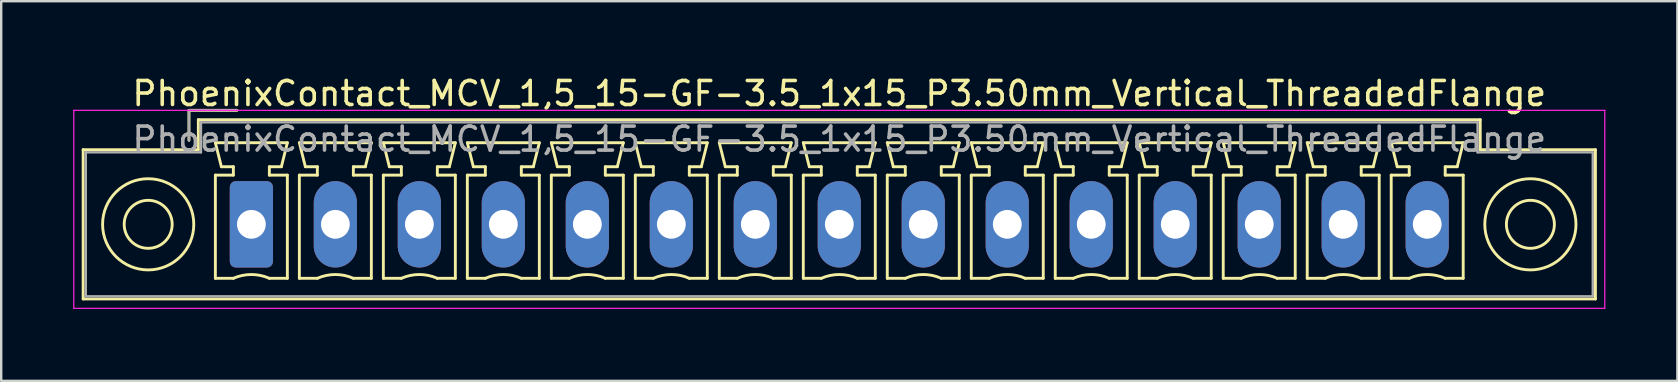
<source format=kicad_pcb>
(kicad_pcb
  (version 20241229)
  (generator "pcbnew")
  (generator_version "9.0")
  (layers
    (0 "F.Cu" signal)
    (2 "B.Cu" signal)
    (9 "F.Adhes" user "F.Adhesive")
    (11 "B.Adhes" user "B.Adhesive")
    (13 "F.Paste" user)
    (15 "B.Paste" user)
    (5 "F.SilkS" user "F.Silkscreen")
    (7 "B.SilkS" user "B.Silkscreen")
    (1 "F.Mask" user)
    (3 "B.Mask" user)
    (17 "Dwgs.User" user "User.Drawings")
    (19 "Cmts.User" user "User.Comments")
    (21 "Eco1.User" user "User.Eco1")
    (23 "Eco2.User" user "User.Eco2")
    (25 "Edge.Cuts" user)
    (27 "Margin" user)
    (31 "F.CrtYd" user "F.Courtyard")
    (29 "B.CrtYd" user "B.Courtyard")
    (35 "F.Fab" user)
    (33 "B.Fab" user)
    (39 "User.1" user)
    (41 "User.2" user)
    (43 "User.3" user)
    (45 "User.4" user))
  (footprint "PhoenixContact_MCV_1,5_15-GF-3.5_1x15_P3.50mm_Vertical_ThreadedFlange"
    (layer "F.Cu")
    (at 7.425 6.298)
    (property "Reference" "PhoenixContact_MCV_1,5_15-GF-3.5_1x15_P3.50mm_Vertical_ThreadedFlange" (at 24.5 -5.45 0) (layer "F.SilkS") (effects (font (size 1 1) (thickness 0.15))))
    (attr through_hole)
    (fp_line (start -7.01 -3.11) (end -7.01 3.11) (stroke (width 0.12) (type solid)) (layer "F.SilkS"))
    (fp_line (start -7.01 3.11) (end 56.01 3.11) (stroke (width 0.12) (type solid)) (layer "F.SilkS"))
    (fp_line (start -2.6 -4.75) (end -0.6 -4.75) (stroke (width 0.12) (type solid)) (layer "F.SilkS"))
    (fp_line (start -2.6 -3.5) (end -2.6 -4.75) (stroke (width 0.12) (type solid)) (layer "F.SilkS"))
    (fp_line (start -2.21 -4.36) (end -2.21 -3.11) (stroke (width 0.12) (type solid)) (layer "F.SilkS"))
    (fp_line (start -2.21 -3.11) (end -7.01 -3.11) (stroke (width 0.12) (type solid)) (layer "F.SilkS"))
    (fp_line (start -1.5 -3.4) (end 1.5 -3.4) (stroke (width 0.12) (type solid)) (layer "F.SilkS"))
    (fp_line (start -1.5 -2.05) (end -0.75 -2.05) (stroke (width 0.12) (type solid)) (layer "F.SilkS"))
    (fp_line (start -1.5 2.25) (end -1.5 -2.05) (stroke (width 0.12) (type solid)) (layer "F.SilkS"))
    (fp_line (start -1.25 -2.4) (end -1.5 -3.4) (stroke (width 0.12) (type solid)) (layer "F.SilkS"))
    (fp_line (start -0.75 -2.4) (end -1.25 -2.4) (stroke (width 0.12) (type solid)) (layer "F.SilkS"))
    (fp_line (start -0.75 -2.05) (end -0.75 -2.4) (stroke (width 0.12) (type solid)) (layer "F.SilkS"))
    (fp_line (start -0.75 2.25) (end -1.5 2.25) (stroke (width 0.12) (type solid)) (layer "F.SilkS"))
    (fp_line (start 0.75 -2.4) (end 0.75 -2.05) (stroke (width 0.12) (type solid)) (layer "F.SilkS"))
    (fp_line (start 0.75 -2.05) (end 1.5 -2.05) (stroke (width 0.12) (type solid)) (layer "F.SilkS"))
    (fp_line (start 1.25 -2.4) (end 0.75 -2.4) (stroke (width 0.12) (type solid)) (layer "F.SilkS"))
    (fp_line (start 1.5 -3.4) (end 1.25 -2.4) (stroke (width 0.12) (type solid)) (layer "F.SilkS"))
    (fp_line (start 1.5 -2.05) (end 1.5 2.25) (stroke (width 0.12) (type solid)) (layer "F.SilkS"))
    (fp_line (start 1.5 2.25) (end 0.75 2.25) (stroke (width 0.12) (type solid)) (layer "F.SilkS"))
    (fp_line (start 2 -3.4) (end 5 -3.4) (stroke (width 0.12) (type solid)) (layer "F.SilkS"))
    (fp_line (start 2 -2.05) (end 2.75 -2.05) (stroke (width 0.12) (type solid)) (layer "F.SilkS"))
    (fp_line (start 2 2.25) (end 2 -2.05) (stroke (width 0.12) (type solid)) (layer "F.SilkS"))
    (fp_line (start 2.25 -2.4) (end 2 -3.4) (stroke (width 0.12) (type solid)) (layer "F.SilkS"))
    (fp_line (start 2.75 -2.4) (end 2.25 -2.4) (stroke (width 0.12) (type solid)) (layer "F.SilkS"))
    (fp_line (start 2.75 -2.05) (end 2.75 -2.4) (stroke (width 0.12) (type solid)) (layer "F.SilkS"))
    (fp_line (start 2.75 2.25) (end 2 2.25) (stroke (width 0.12) (type solid)) (layer "F.SilkS"))
    (fp_line (start 4.25 -2.4) (end 4.25 -2.05) (stroke (width 0.12) (type solid)) (layer "F.SilkS"))
    (fp_line (start 4.25 -2.05) (end 5 -2.05) (stroke (width 0.12) (type solid)) (layer "F.SilkS"))
    (fp_line (start 4.75 -2.4) (end 4.25 -2.4) (stroke (width 0.12) (type solid)) (layer "F.SilkS"))
    (fp_line (start 5 -3.4) (end 4.75 -2.4) (stroke (width 0.12) (type solid)) (layer "F.SilkS"))
    (fp_line (start 5 -2.05) (end 5 2.25) (stroke (width 0.12) (type solid)) (layer "F.SilkS"))
    (fp_line (start 5 2.25) (end 4.25 2.25) (stroke (width 0.12) (type solid)) (layer "F.SilkS"))
    (fp_line (start 5.5 -3.4) (end 8.5 -3.4) (stroke (width 0.12) (type solid)) (layer "F.SilkS"))
    (fp_line (start 5.5 -2.05) (end 6.25 -2.05) (stroke (width 0.12) (type solid)) (layer "F.SilkS"))
    (fp_line (start 5.5 2.25) (end 5.5 -2.05) (stroke (width 0.12) (type solid)) (layer "F.SilkS"))
    (fp_line (start 5.75 -2.4) (end 5.5 -3.4) (stroke (width 0.12) (type solid)) (layer "F.SilkS"))
    (fp_line (start 6.25 -2.4) (end 5.75 -2.4) (stroke (width 0.12) (type solid)) (layer "F.SilkS"))
    (fp_line (start 6.25 -2.05) (end 6.25 -2.4) (stroke (width 0.12) (type solid)) (layer "F.SilkS"))
    (fp_line (start 6.25 2.25) (end 5.5 2.25) (stroke (width 0.12) (type solid)) (layer "F.SilkS"))
    (fp_line (start 7.75 -2.4) (end 7.75 -2.05) (stroke (width 0.12) (type solid)) (layer "F.SilkS"))
    (fp_line (start 7.75 -2.05) (end 8.5 -2.05) (stroke (width 0.12) (type solid)) (layer "F.SilkS"))
    (fp_line (start 8.25 -2.4) (end 7.75 -2.4) (stroke (width 0.12) (type solid)) (layer "F.SilkS"))
    (fp_line (start 8.5 -3.4) (end 8.25 -2.4) (stroke (width 0.12) (type solid)) (layer "F.SilkS"))
    (fp_line (start 8.5 -2.05) (end 8.5 2.25) (stroke (width 0.12) (type solid)) (layer "F.SilkS"))
    (fp_line (start 8.5 2.25) (end 7.75 2.25) (stroke (width 0.12) (type solid)) (layer "F.SilkS"))
    (fp_line (start 9 -3.4) (end 12 -3.4) (stroke (width 0.12) (type solid)) (layer "F.SilkS"))
    (fp_line (start 9 -2.05) (end 9.75 -2.05) (stroke (width 0.12) (type solid)) (layer "F.SilkS"))
    (fp_line (start 9 2.25) (end 9 -2.05) (stroke (width 0.12) (type solid)) (layer "F.SilkS"))
    (fp_line (start 9.25 -2.4) (end 9 -3.4) (stroke (width 0.12) (type solid)) (layer "F.SilkS"))
    (fp_line (start 9.75 -2.4) (end 9.25 -2.4) (stroke (width 0.12) (type solid)) (layer "F.SilkS"))
    (fp_line (start 9.75 -2.05) (end 9.75 -2.4) (stroke (width 0.12) (type solid)) (layer "F.SilkS"))
    (fp_line (start 9.75 2.25) (end 9 2.25) (stroke (width 0.12) (type solid)) (layer "F.SilkS"))
    (fp_line (start 11.25 -2.4) (end 11.25 -2.05) (stroke (width 0.12) (type solid)) (layer "F.SilkS"))
    (fp_line (start 11.25 -2.05) (end 12 -2.05) (stroke (width 0.12) (type solid)) (layer "F.SilkS"))
    (fp_line (start 11.75 -2.4) (end 11.25 -2.4) (stroke (width 0.12) (type solid)) (layer "F.SilkS"))
    (fp_line (start 12 -3.4) (end 11.75 -2.4) (stroke (width 0.12) (type solid)) (layer "F.SilkS"))
    (fp_line (start 12 -2.05) (end 12 2.25) (stroke (width 0.12) (type solid)) (layer "F.SilkS"))
    (fp_line (start 12 2.25) (end 11.25 2.25) (stroke (width 0.12) (type solid)) (layer "F.SilkS"))
    (fp_line (start 12.5 -3.4) (end 15.5 -3.4) (stroke (width 0.12) (type solid)) (layer "F.SilkS"))
    (fp_line (start 12.5 -2.05) (end 13.25 -2.05) (stroke (width 0.12) (type solid)) (layer "F.SilkS"))
    (fp_line (start 12.5 2.25) (end 12.5 -2.05) (stroke (width 0.12) (type solid)) (layer "F.SilkS"))
    (fp_line (start 12.75 -2.4) (end 12.5 -3.4) (stroke (width 0.12) (type solid)) (layer "F.SilkS"))
    (fp_line (start 13.25 -2.4) (end 12.75 -2.4) (stroke (width 0.12) (type solid)) (layer "F.SilkS"))
    (fp_line (start 13.25 -2.05) (end 13.25 -2.4) (stroke (width 0.12) (type solid)) (layer "F.SilkS"))
    (fp_line (start 13.25 2.25) (end 12.5 2.25) (stroke (width 0.12) (type solid)) (layer "F.SilkS"))
    (fp_line (start 14.75 -2.4) (end 14.75 -2.05) (stroke (width 0.12) (type solid)) (layer "F.SilkS"))
    (fp_line (start 14.75 -2.05) (end 15.5 -2.05) (stroke (width 0.12) (type solid)) (layer "F.SilkS"))
    (fp_line (start 15.25 -2.4) (end 14.75 -2.4) (stroke (width 0.12) (type solid)) (layer "F.SilkS"))
    (fp_line (start 15.5 -3.4) (end 15.25 -2.4) (stroke (width 0.12) (type solid)) (layer "F.SilkS"))
    (fp_line (start 15.5 -2.05) (end 15.5 2.25) (stroke (width 0.12) (type solid)) (layer "F.SilkS"))
    (fp_line (start 15.5 2.25) (end 14.75 2.25) (stroke (width 0.12) (type solid)) (layer "F.SilkS"))
    (fp_line (start 16 -3.4) (end 19 -3.4) (stroke (width 0.12) (type solid)) (layer "F.SilkS"))
    (fp_line (start 16 -2.05) (end 16.75 -2.05) (stroke (width 0.12) (type solid)) (layer "F.SilkS"))
    (fp_line (start 16 2.25) (end 16 -2.05) (stroke (width 0.12) (type solid)) (layer "F.SilkS"))
    (fp_line (start 16.25 -2.4) (end 16 -3.4) (stroke (width 0.12) (type solid)) (layer "F.SilkS"))
    (fp_line (start 16.75 -2.4) (end 16.25 -2.4) (stroke (width 0.12) (type solid)) (layer "F.SilkS"))
    (fp_line (start 16.75 -2.05) (end 16.75 -2.4) (stroke (width 0.12) (type solid)) (layer "F.SilkS"))
    (fp_line (start 16.75 2.25) (end 16 2.25) (stroke (width 0.12) (type solid)) (layer "F.SilkS"))
    (fp_line (start 18.25 -2.4) (end 18.25 -2.05) (stroke (width 0.12) (type solid)) (layer "F.SilkS"))
    (fp_line (start 18.25 -2.05) (end 19 -2.05) (stroke (width 0.12) (type solid)) (layer "F.SilkS"))
    (fp_line (start 18.75 -2.4) (end 18.25 -2.4) (stroke (width 0.12) (type solid)) (layer "F.SilkS"))
    (fp_line (start 19 -3.4) (end 18.75 -2.4) (stroke (width 0.12) (type solid)) (layer "F.SilkS"))
    (fp_line (start 19 -2.05) (end 19 2.25) (stroke (width 0.12) (type solid)) (layer "F.SilkS"))
    (fp_line (start 19 2.25) (end 18.25 2.25) (stroke (width 0.12) (type solid)) (layer "F.SilkS"))
    (fp_line (start 19.5 -3.4) (end 22.5 -3.4) (stroke (width 0.12) (type solid)) (layer "F.SilkS"))
    (fp_line (start 19.5 -2.05) (end 20.25 -2.05) (stroke (width 0.12) (type solid)) (layer "F.SilkS"))
    (fp_line (start 19.5 2.25) (end 19.5 -2.05) (stroke (width 0.12) (type solid)) (layer "F.SilkS"))
    (fp_line (start 19.75 -2.4) (end 19.5 -3.4) (stroke (width 0.12) (type solid)) (layer "F.SilkS"))
    (fp_line (start 20.25 -2.4) (end 19.75 -2.4) (stroke (width 0.12) (type solid)) (layer "F.SilkS"))
    (fp_line (start 20.25 -2.05) (end 20.25 -2.4) (stroke (width 0.12) (type solid)) (layer "F.SilkS"))
    (fp_line (start 20.25 2.25) (end 19.5 2.25) (stroke (width 0.12) (type solid)) (layer "F.SilkS"))
    (fp_line (start 21.75 -2.4) (end 21.75 -2.05) (stroke (width 0.12) (type solid)) (layer "F.SilkS"))
    (fp_line (start 21.75 -2.05) (end 22.5 -2.05) (stroke (width 0.12) (type solid)) (layer "F.SilkS"))
    (fp_line (start 22.25 -2.4) (end 21.75 -2.4) (stroke (width 0.12) (type solid)) (layer "F.SilkS"))
    (fp_line (start 22.5 -3.4) (end 22.25 -2.4) (stroke (width 0.12) (type solid)) (layer "F.SilkS"))
    (fp_line (start 22.5 -2.05) (end 22.5 2.25) (stroke (width 0.12) (type solid)) (layer "F.SilkS"))
    (fp_line (start 22.5 2.25) (end 21.75 2.25) (stroke (width 0.12) (type solid)) (layer "F.SilkS"))
    (fp_line (start 23 -3.4) (end 26 -3.4) (stroke (width 0.12) (type solid)) (layer "F.SilkS"))
    (fp_line (start 23 -2.05) (end 23.75 -2.05) (stroke (width 0.12) (type solid)) (layer "F.SilkS"))
    (fp_line (start 23 2.25) (end 23 -2.05) (stroke (width 0.12) (type solid)) (layer "F.SilkS"))
    (fp_line (start 23.25 -2.4) (end 23 -3.4) (stroke (width 0.12) (type solid)) (layer "F.SilkS"))
    (fp_line (start 23.75 -2.4) (end 23.25 -2.4) (stroke (width 0.12) (type solid)) (layer "F.SilkS"))
    (fp_line (start 23.75 -2.05) (end 23.75 -2.4) (stroke (width 0.12) (type solid)) (layer "F.SilkS"))
    (fp_line (start 23.75 2.25) (end 23 2.25) (stroke (width 0.12) (type solid)) (layer "F.SilkS"))
    (fp_line (start 25.25 -2.4) (end 25.25 -2.05) (stroke (width 0.12) (type solid)) (layer "F.SilkS"))
    (fp_line (start 25.25 -2.05) (end 26 -2.05) (stroke (width 0.12) (type solid)) (layer "F.SilkS"))
    (fp_line (start 25.75 -2.4) (end 25.25 -2.4) (stroke (width 0.12) (type solid)) (layer "F.SilkS"))
    (fp_line (start 26 -3.4) (end 25.75 -2.4) (stroke (width 0.12) (type solid)) (layer "F.SilkS"))
    (fp_line (start 26 -2.05) (end 26 2.25) (stroke (width 0.12) (type solid)) (layer "F.SilkS"))
    (fp_line (start 26 2.25) (end 25.25 2.25) (stroke (width 0.12) (type solid)) (layer "F.SilkS"))
    (fp_line (start 26.5 -3.4) (end 29.5 -3.4) (stroke (width 0.12) (type solid)) (layer "F.SilkS"))
    (fp_line (start 26.5 -2.05) (end 27.25 -2.05) (stroke (width 0.12) (type solid)) (layer "F.SilkS"))
    (fp_line (start 26.5 2.25) (end 26.5 -2.05) (stroke (width 0.12) (type solid)) (layer "F.SilkS"))
    (fp_line (start 26.75 -2.4) (end 26.5 -3.4) (stroke (width 0.12) (type solid)) (layer "F.SilkS"))
    (fp_line (start 27.25 -2.4) (end 26.75 -2.4) (stroke (width 0.12) (type solid)) (layer "F.SilkS"))
    (fp_line (start 27.25 -2.05) (end 27.25 -2.4) (stroke (width 0.12) (type solid)) (layer "F.SilkS"))
    (fp_line (start 27.25 2.25) (end 26.5 2.25) (stroke (width 0.12) (type solid)) (layer "F.SilkS"))
    (fp_line (start 28.75 -2.4) (end 28.75 -2.05) (stroke (width 0.12) (type solid)) (layer "F.SilkS"))
    (fp_line (start 28.75 -2.05) (end 29.5 -2.05) (stroke (width 0.12) (type solid)) (layer "F.SilkS"))
    (fp_line (start 29.25 -2.4) (end 28.75 -2.4) (stroke (width 0.12) (type solid)) (layer "F.SilkS"))
    (fp_line (start 29.5 -3.4) (end 29.25 -2.4) (stroke (width 0.12) (type solid)) (layer "F.SilkS"))
    (fp_line (start 29.5 -2.05) (end 29.5 2.25) (stroke (width 0.12) (type solid)) (layer "F.SilkS"))
    (fp_line (start 29.5 2.25) (end 28.75 2.25) (stroke (width 0.12) (type solid)) (layer "F.SilkS"))
    (fp_line (start 30 -3.4) (end 33 -3.4) (stroke (width 0.12) (type solid)) (layer "F.SilkS"))
    (fp_line (start 30 -2.05) (end 30.75 -2.05) (stroke (width 0.12) (type solid)) (layer "F.SilkS"))
    (fp_line (start 30 2.25) (end 30 -2.05) (stroke (width 0.12) (type solid)) (layer "F.SilkS"))
    (fp_line (start 30.25 -2.4) (end 30 -3.4) (stroke (width 0.12) (type solid)) (layer "F.SilkS"))
    (fp_line (start 30.75 -2.4) (end 30.25 -2.4) (stroke (width 0.12) (type solid)) (layer "F.SilkS"))
    (fp_line (start 30.75 -2.05) (end 30.75 -2.4) (stroke (width 0.12) (type solid)) (layer "F.SilkS"))
    (fp_line (start 30.75 2.25) (end 30 2.25) (stroke (width 0.12) (type solid)) (layer "F.SilkS"))
    (fp_line (start 32.25 -2.4) (end 32.25 -2.05) (stroke (width 0.12) (type solid)) (layer "F.SilkS"))
    (fp_line (start 32.25 -2.05) (end 33 -2.05) (stroke (width 0.12) (type solid)) (layer "F.SilkS"))
    (fp_line (start 32.75 -2.4) (end 32.25 -2.4) (stroke (width 0.12) (type solid)) (layer "F.SilkS"))
    (fp_line (start 33 -3.4) (end 32.75 -2.4) (stroke (width 0.12) (type solid)) (layer "F.SilkS"))
    (fp_line (start 33 -2.05) (end 33 2.25) (stroke (width 0.12) (type solid)) (layer "F.SilkS"))
    (fp_line (start 33 2.25) (end 32.25 2.25) (stroke (width 0.12) (type solid)) (layer "F.SilkS"))
    (fp_line (start 33.5 -3.4) (end 36.5 -3.4) (stroke (width 0.12) (type solid)) (layer "F.SilkS"))
    (fp_line (start 33.5 -2.05) (end 34.25 -2.05) (stroke (width 0.12) (type solid)) (layer "F.SilkS"))
    (fp_line (start 33.5 2.25) (end 33.5 -2.05) (stroke (width 0.12) (type solid)) (layer "F.SilkS"))
    (fp_line (start 33.75 -2.4) (end 33.5 -3.4) (stroke (width 0.12) (type solid)) (layer "F.SilkS"))
    (fp_line (start 34.25 -2.4) (end 33.75 -2.4) (stroke (width 0.12) (type solid)) (layer "F.SilkS"))
    (fp_line (start 34.25 -2.05) (end 34.25 -2.4) (stroke (width 0.12) (type solid)) (layer "F.SilkS"))
    (fp_line (start 34.25 2.25) (end 33.5 2.25) (stroke (width 0.12) (type solid)) (layer "F.SilkS"))
    (fp_line (start 35.75 -2.4) (end 35.75 -2.05) (stroke (width 0.12) (type solid)) (layer "F.SilkS"))
    (fp_line (start 35.75 -2.05) (end 36.5 -2.05) (stroke (width 0.12) (type solid)) (layer "F.SilkS"))
    (fp_line (start 36.25 -2.4) (end 35.75 -2.4) (stroke (width 0.12) (type solid)) (layer "F.SilkS"))
    (fp_line (start 36.5 -3.4) (end 36.25 -2.4) (stroke (width 0.12) (type solid)) (layer "F.SilkS"))
    (fp_line (start 36.5 -2.05) (end 36.5 2.25) (stroke (width 0.12) (type solid)) (layer "F.SilkS"))
    (fp_line (start 36.5 2.25) (end 35.75 2.25) (stroke (width 0.12) (type solid)) (layer "F.SilkS"))
    (fp_line (start 37 -3.4) (end 40 -3.4) (stroke (width 0.12) (type solid)) (layer "F.SilkS"))
    (fp_line (start 37 -2.05) (end 37.75 -2.05) (stroke (width 0.12) (type solid)) (layer "F.SilkS"))
    (fp_line (start 37 2.25) (end 37 -2.05) (stroke (width 0.12) (type solid)) (layer "F.SilkS"))
    (fp_line (start 37.25 -2.4) (end 37 -3.4) (stroke (width 0.12) (type solid)) (layer "F.SilkS"))
    (fp_line (start 37.75 -2.4) (end 37.25 -2.4) (stroke (width 0.12) (type solid)) (layer "F.SilkS"))
    (fp_line (start 37.75 -2.05) (end 37.75 -2.4) (stroke (width 0.12) (type solid)) (layer "F.SilkS"))
    (fp_line (start 37.75 2.25) (end 37 2.25) (stroke (width 0.12) (type solid)) (layer "F.SilkS"))
    (fp_line (start 39.25 -2.4) (end 39.25 -2.05) (stroke (width 0.12) (type solid)) (layer "F.SilkS"))
    (fp_line (start 39.25 -2.05) (end 40 -2.05) (stroke (width 0.12) (type solid)) (layer "F.SilkS"))
    (fp_line (start 39.75 -2.4) (end 39.25 -2.4) (stroke (width 0.12) (type solid)) (layer "F.SilkS"))
    (fp_line (start 40 -3.4) (end 39.75 -2.4) (stroke (width 0.12) (type solid)) (layer "F.SilkS"))
    (fp_line (start 40 -2.05) (end 40 2.25) (stroke (width 0.12) (type solid)) (layer "F.SilkS"))
    (fp_line (start 40 2.25) (end 39.25 2.25) (stroke (width 0.12) (type solid)) (layer "F.SilkS"))
    (fp_line (start 40.5 -3.4) (end 43.5 -3.4) (stroke (width 0.12) (type solid)) (layer "F.SilkS"))
    (fp_line (start 40.5 -2.05) (end 41.25 -2.05) (stroke (width 0.12) (type solid)) (layer "F.SilkS"))
    (fp_line (start 40.5 2.25) (end 40.5 -2.05) (stroke (width 0.12) (type solid)) (layer "F.SilkS"))
    (fp_line (start 40.75 -2.4) (end 40.5 -3.4) (stroke (width 0.12) (type solid)) (layer "F.SilkS"))
    (fp_line (start 41.25 -2.4) (end 40.75 -2.4) (stroke (width 0.12) (type solid)) (layer "F.SilkS"))
    (fp_line (start 41.25 -2.05) (end 41.25 -2.4) (stroke (width 0.12) (type solid)) (layer "F.SilkS"))
    (fp_line (start 41.25 2.25) (end 40.5 2.25) (stroke (width 0.12) (type solid)) (layer "F.SilkS"))
    (fp_line (start 42.75 -2.4) (end 42.75 -2.05) (stroke (width 0.12) (type solid)) (layer "F.SilkS"))
    (fp_line (start 42.75 -2.05) (end 43.5 -2.05) (stroke (width 0.12) (type solid)) (layer "F.SilkS"))
    (fp_line (start 43.25 -2.4) (end 42.75 -2.4) (stroke (width 0.12) (type solid)) (layer "F.SilkS"))
    (fp_line (start 43.5 -3.4) (end 43.25 -2.4) (stroke (width 0.12) (type solid)) (layer "F.SilkS"))
    (fp_line (start 43.5 -2.05) (end 43.5 2.25) (stroke (width 0.12) (type solid)) (layer "F.SilkS"))
    (fp_line (start 43.5 2.25) (end 42.75 2.25) (stroke (width 0.12) (type solid)) (layer "F.SilkS"))
    (fp_line (start 44 -3.4) (end 47 -3.4) (stroke (width 0.12) (type solid)) (layer "F.SilkS"))
    (fp_line (start 44 -2.05) (end 44.75 -2.05) (stroke (width 0.12) (type solid)) (layer "F.SilkS"))
    (fp_line (start 44 2.25) (end 44 -2.05) (stroke (width 0.12) (type solid)) (layer "F.SilkS"))
    (fp_line (start 44.25 -2.4) (end 44 -3.4) (stroke (width 0.12) (type solid)) (layer "F.SilkS"))
    (fp_line (start 44.75 -2.4) (end 44.25 -2.4) (stroke (width 0.12) (type solid)) (layer "F.SilkS"))
    (fp_line (start 44.75 -2.05) (end 44.75 -2.4) (stroke (width 0.12) (type solid)) (layer "F.SilkS"))
    (fp_line (start 44.75 2.25) (end 44 2.25) (stroke (width 0.12) (type solid)) (layer "F.SilkS"))
    (fp_line (start 46.25 -2.4) (end 46.25 -2.05) (stroke (width 0.12) (type solid)) (layer "F.SilkS"))
    (fp_line (start 46.25 -2.05) (end 47 -2.05) (stroke (width 0.12) (type solid)) (layer "F.SilkS"))
    (fp_line (start 46.75 -2.4) (end 46.25 -2.4) (stroke (width 0.12) (type solid)) (layer "F.SilkS"))
    (fp_line (start 47 -3.4) (end 46.75 -2.4) (stroke (width 0.12) (type solid)) (layer "F.SilkS"))
    (fp_line (start 47 -2.05) (end 47 2.25) (stroke (width 0.12) (type solid)) (layer "F.SilkS"))
    (fp_line (start 47 2.25) (end 46.25 2.25) (stroke (width 0.12) (type solid)) (layer "F.SilkS"))
    (fp_line (start 47.5 -3.4) (end 50.5 -3.4) (stroke (width 0.12) (type solid)) (layer "F.SilkS"))
    (fp_line (start 47.5 -2.05) (end 48.25 -2.05) (stroke (width 0.12) (type solid)) (layer "F.SilkS"))
    (fp_line (start 47.5 2.25) (end 47.5 -2.05) (stroke (width 0.12) (type solid)) (layer "F.SilkS"))
    (fp_line (start 47.75 -2.4) (end 47.5 -3.4) (stroke (width 0.12) (type solid)) (layer "F.SilkS"))
    (fp_line (start 48.25 -2.4) (end 47.75 -2.4) (stroke (width 0.12) (type solid)) (layer "F.SilkS"))
    (fp_line (start 48.25 -2.05) (end 48.25 -2.4) (stroke (width 0.12) (type solid)) (layer "F.SilkS"))
    (fp_line (start 48.25 2.25) (end 47.5 2.25) (stroke (width 0.12) (type solid)) (layer "F.SilkS"))
    (fp_line (start 49.75 -2.4) (end 49.75 -2.05) (stroke (width 0.12) (type solid)) (layer "F.SilkS"))
    (fp_line (start 49.75 -2.05) (end 50.5 -2.05) (stroke (width 0.12) (type solid)) (layer "F.SilkS"))
    (fp_line (start 50.25 -2.4) (end 49.75 -2.4) (stroke (width 0.12) (type solid)) (layer "F.SilkS"))
    (fp_line (start 50.5 -3.4) (end 50.25 -2.4) (stroke (width 0.12) (type solid)) (layer "F.SilkS"))
    (fp_line (start 50.5 -2.05) (end 50.5 2.25) (stroke (width 0.12) (type solid)) (layer "F.SilkS"))
    (fp_line (start 50.5 2.25) (end 49.75 2.25) (stroke (width 0.12) (type solid)) (layer "F.SilkS"))
    (fp_line (start 51.21 -4.36) (end -2.21 -4.36) (stroke (width 0.12) (type solid)) (layer "F.SilkS"))
    (fp_line (start 51.21 -3.11) (end 51.21 -4.36) (stroke (width 0.12) (type solid)) (layer "F.SilkS"))
    (fp_line (start 56.01 -3.11) (end 51.21 -3.11) (stroke (width 0.12) (type solid)) (layer "F.SilkS"))
    (fp_line (start 56.01 3.11) (end 56.01 -3.11) (stroke (width 0.12) (type solid)) (layer "F.SilkS"))
    (fp_arc (start -0.75 2.25) (mid -0.000193 2.09191) (end 0.749647 2.249844) (stroke (width 0.12) (type solid)) (layer "F.SilkS"))
    (fp_arc (start 2.75 2.25) (mid 3.499807 2.09191) (end 4.249647 2.249844) (stroke (width 0.12) (type solid)) (layer "F.SilkS"))
    (fp_arc (start 6.25 2.25) (mid 6.999807 2.09191) (end 7.749647 2.249844) (stroke (width 0.12) (type solid)) (layer "F.SilkS"))
    (fp_arc (start 9.75 2.25) (mid 10.499807 2.09191) (end 11.249647 2.249844) (stroke (width 0.12) (type solid)) (layer "F.SilkS"))
    (fp_arc (start 13.25 2.25) (mid 13.999807 2.09191) (end 14.749647 2.249844) (stroke (width 0.12) (type solid)) (layer "F.SilkS"))
    (fp_arc (start 16.75 2.25) (mid 17.499807 2.09191) (end 18.249647 2.249844) (stroke (width 0.12) (type solid)) (layer "F.SilkS"))
    (fp_arc (start 20.25 2.25) (mid 20.999807 2.09191) (end 21.749647 2.249844) (stroke (width 0.12) (type solid)) (layer "F.SilkS"))
    (fp_arc (start 23.75 2.25) (mid 24.499807 2.09191) (end 25.249647 2.249844) (stroke (width 0.12) (type solid)) (layer "F.SilkS"))
    (fp_arc (start 27.25 2.25) (mid 27.999807 2.09191) (end 28.749647 2.249844) (stroke (width 0.12) (type solid)) (layer "F.SilkS"))
    (fp_arc (start 30.75 2.25) (mid 31.499807 2.09191) (end 32.249647 2.249844) (stroke (width 0.12) (type solid)) (layer "F.SilkS"))
    (fp_arc (start 34.25 2.25) (mid 34.999807 2.09191) (end 35.749647 2.249844) (stroke (width 0.12) (type solid)) (layer "F.SilkS"))
    (fp_arc (start 37.75 2.25) (mid 38.499807 2.09191) (end 39.249647 2.249844) (stroke (width 0.12) (type solid)) (layer "F.SilkS"))
    (fp_arc (start 41.25 2.25) (mid 41.999807 2.09191) (end 42.749647 2.249844) (stroke (width 0.12) (type solid)) (layer "F.SilkS"))
    (fp_arc (start 44.75 2.25) (mid 45.499807 2.09191) (end 46.249647 2.249844) (stroke (width 0.12) (type solid)) (layer "F.SilkS"))
    (fp_arc (start 48.25 2.25) (mid 48.999807 2.09191) (end 49.749647 2.249844) (stroke (width 0.12) (type solid)) (layer "F.SilkS"))
    (fp_circle (center -4.3 0) (end -3.3 0) (stroke (width 0.12) (type solid)) (fill no) (layer "F.SilkS"))
    (fp_circle (center -4.3 0) (end -2.4 0) (stroke (width 0.12) (type solid)) (fill no) (layer "F.SilkS"))
    (fp_circle (center 53.3 0) (end 54.3 0) (stroke (width 0.12) (type solid)) (fill no) (layer "F.SilkS"))
    (fp_circle (center 53.3 0) (end 55.2 0) (stroke (width 0.12) (type solid)) (fill no) (layer "F.SilkS"))
    (fp_line (start -7.4 -4.75) (end -7.4 3.5) (stroke (width 0.05) (type solid)) (layer "F.CrtYd"))
    (fp_line (start -7.4 3.5) (end 56.4 3.5) (stroke (width 0.05) (type solid)) (layer "F.CrtYd"))
    (fp_line (start 56.4 -4.75) (end -7.4 -4.75) (stroke (width 0.05) (type solid)) (layer "F.CrtYd"))
    (fp_line (start 56.4 3.5) (end 56.4 -4.75) (stroke (width 0.05) (type solid)) (layer "F.CrtYd"))
    (fp_line (start -6.9 -3) (end -6.9 3) (stroke (width 0.1) (type solid)) (layer "F.Fab"))
    (fp_line (start -6.9 3) (end 55.9 3) (stroke (width 0.1) (type solid)) (layer "F.Fab"))
    (fp_line (start -2.6 -4.75) (end -0.6 -4.75) (stroke (width 0.1) (type solid)) (layer "F.Fab"))
    (fp_line (start -2.6 -3.5) (end -2.6 -4.75) (stroke (width 0.1) (type solid)) (layer "F.Fab"))
    (fp_line (start -2.1 -4.25) (end -2.1 -3) (stroke (width 0.1) (type solid)) (layer "F.Fab"))
    (fp_line (start -2.1 -3) (end -6.9 -3) (stroke (width 0.1) (type solid)) (layer "F.Fab"))
    (fp_line (start 51.1 -4.25) (end -2.1 -4.25) (stroke (width 0.1) (type solid)) (layer "F.Fab"))
    (fp_line (start 51.1 -3) (end 51.1 -4.25) (stroke (width 0.1) (type solid)) (layer "F.Fab"))
    (fp_line (start 55.9 -3) (end 51.1 -3) (stroke (width 0.1) (type solid)) (layer "F.Fab"))
    (fp_line (start 55.9 3) (end 55.9 -3) (stroke (width 0.1) (type solid)) (layer "F.Fab"))
    (fp_text user "${REFERENCE}" (at 24.5 -3.55 0) (layer "F.Fab") (effects (font (size 1 1) (thickness 0.15))))
    (pad "1" thru_hole roundrect (at 0 0) (size 1.8 3.6) (drill 1.2) (layers "*.Cu" "*.Mask") (roundrect_rratio 0.139))
    (pad "2" thru_hole oval (at 3.5 0) (size 1.8 3.6) (drill 1.2) (layers "*.Cu" "*.Mask"))
    (pad "3" thru_hole oval (at 7 0) (size 1.8 3.6) (drill 1.2) (layers "*.Cu" "*.Mask"))
    (pad "4" thru_hole oval (at 10.5 0) (size 1.8 3.6) (drill 1.2) (layers "*.Cu" "*.Mask"))
    (pad "5" thru_hole oval (at 14 0) (size 1.8 3.6) (drill 1.2) (layers "*.Cu" "*.Mask"))
    (pad "6" thru_hole oval (at 17.5 0) (size 1.8 3.6) (drill 1.2) (layers "*.Cu" "*.Mask"))
    (pad "7" thru_hole oval (at 21 0) (size 1.8 3.6) (drill 1.2) (layers "*.Cu" "*.Mask"))
    (pad "8" thru_hole oval (at 24.5 0) (size 1.8 3.6) (drill 1.2) (layers "*.Cu" "*.Mask"))
    (pad "9" thru_hole oval (at 28 0) (size 1.8 3.6) (drill 1.2) (layers "*.Cu" "*.Mask"))
    (pad "10" thru_hole oval (at 31.5 0) (size 1.8 3.6) (drill 1.2) (layers "*.Cu" "*.Mask"))
    (pad "11" thru_hole oval (at 35 0) (size 1.8 3.6) (drill 1.2) (layers "*.Cu" "*.Mask"))
    (pad "12" thru_hole oval (at 38.5 0) (size 1.8 3.6) (drill 1.2) (layers "*.Cu" "*.Mask"))
    (pad "13" thru_hole oval (at 42 0) (size 1.8 3.6) (drill 1.2) (layers "*.Cu" "*.Mask"))
    (pad "14" thru_hole oval (at 45.5 0) (size 1.8 3.6) (drill 1.2) (layers "*.Cu" "*.Mask"))
    (pad "15" thru_hole oval (at 49 0) (size 1.8 3.6) (drill 1.2) (layers "*.Cu" "*.Mask")))
  (gr_rect
    (start -3 -3)
    (end 66.85 12.823)
    (stroke (width 0.1) (type default))
    (fill no)
    (layer "Edge.Cuts")))
</source>
